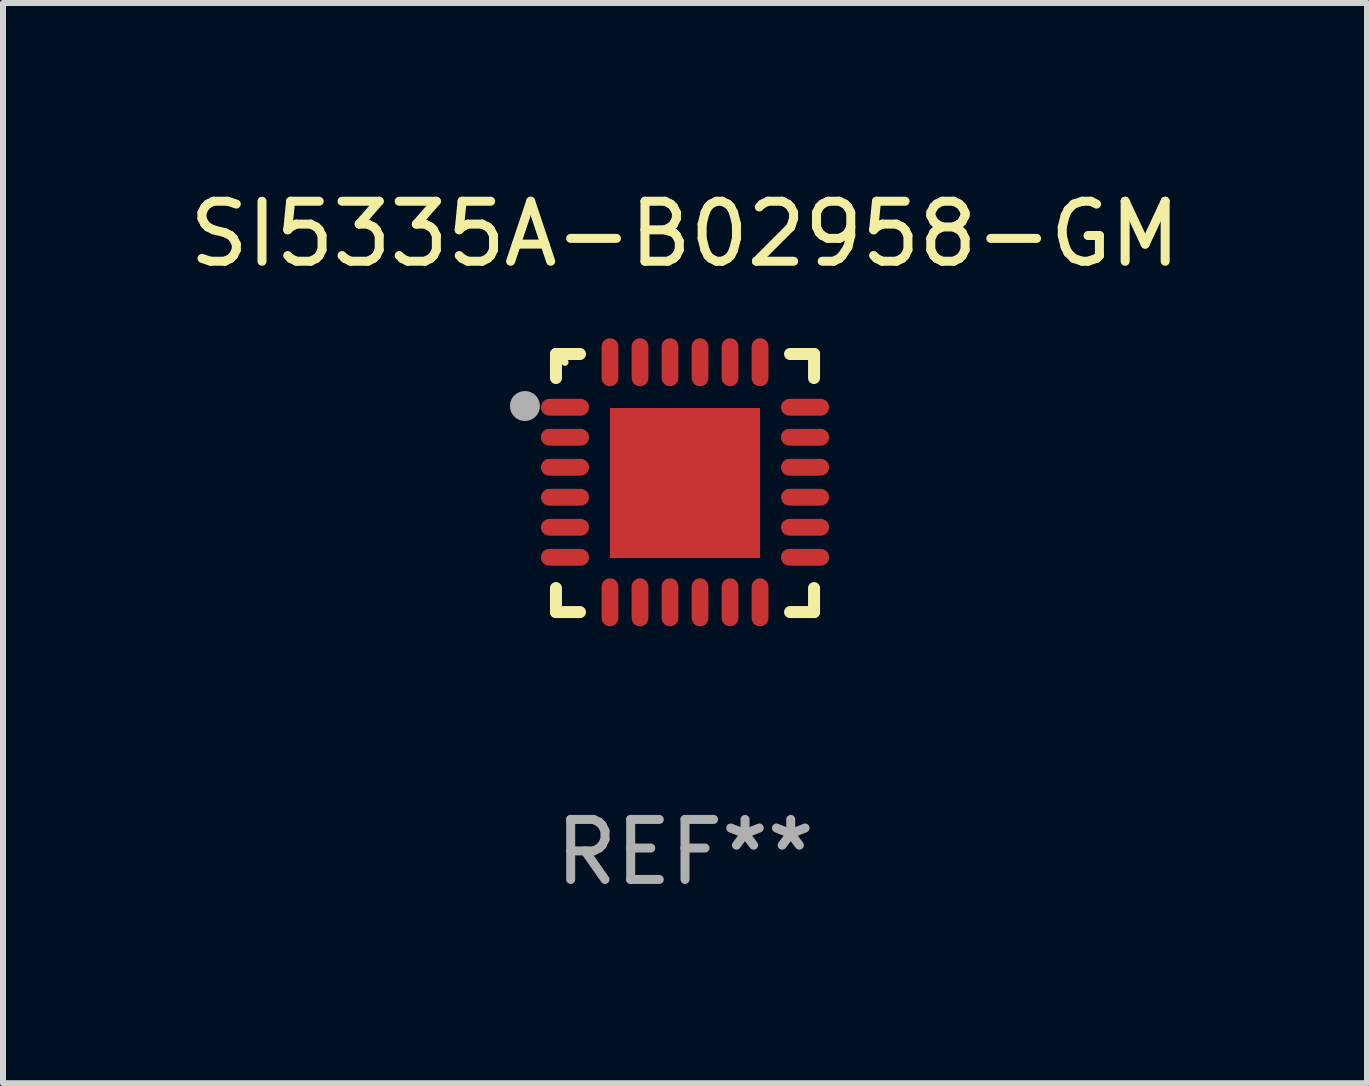
<source format=kicad_pcb>
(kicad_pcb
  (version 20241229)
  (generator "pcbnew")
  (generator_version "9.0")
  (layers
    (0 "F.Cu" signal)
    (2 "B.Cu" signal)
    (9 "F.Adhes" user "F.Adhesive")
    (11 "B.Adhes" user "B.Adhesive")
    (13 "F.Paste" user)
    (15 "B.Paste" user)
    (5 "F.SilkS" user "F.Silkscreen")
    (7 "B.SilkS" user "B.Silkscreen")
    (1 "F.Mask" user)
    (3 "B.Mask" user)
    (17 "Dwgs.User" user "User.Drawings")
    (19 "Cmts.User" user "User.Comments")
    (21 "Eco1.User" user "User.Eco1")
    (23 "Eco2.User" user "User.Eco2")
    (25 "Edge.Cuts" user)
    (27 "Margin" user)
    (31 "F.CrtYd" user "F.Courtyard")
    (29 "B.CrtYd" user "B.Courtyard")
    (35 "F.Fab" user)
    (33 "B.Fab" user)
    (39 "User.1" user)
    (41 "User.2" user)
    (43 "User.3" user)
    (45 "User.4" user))
  (footprint "SI5335A-B02958-GM"
    (layer "F.Cu")
    (at 8.363 4.998)
    (property "Reference" "SI5335A-B02958-GM" (at 0 -4.15 0) (layer "F.SilkS") (effects (font (size 1 1) (thickness 0.15))))
    (attr through_hole)
    (fp_line (start -2.15 -2.15) (end -1.75 -2.15) (stroke (width 0.2) (type solid)) (layer "F.SilkS"))
    (fp_line (start -2.15 -1.75) (end -2.15 -2.15) (stroke (width 0.2) (type solid)) (layer "F.SilkS"))
    (fp_line (start -2.15 2.15) (end -2.15 1.75) (stroke (width 0.2) (type solid)) (layer "F.SilkS"))
    (fp_line (start -1.75 2.15) (end -2.15 2.15) (stroke (width 0.2) (type solid)) (layer "F.SilkS"))
    (fp_line (start 1.75 -2.15) (end 2.15 -2.15) (stroke (width 0.2) (type solid)) (layer "F.SilkS"))
    (fp_line (start 1.75 2.15) (end 2.15 2.15) (stroke (width 0.2) (type solid)) (layer "F.SilkS"))
    (fp_line (start 2.15 -2.15) (end 2.15 -1.75) (stroke (width 0.2) (type solid)) (layer "F.SilkS"))
    (fp_line (start 2.15 2.15) (end 2.15 1.75) (stroke (width 0.2) (type solid)) (layer "F.SilkS"))
    (fp_circle (center -2 -2.013) (end -1.97 -2.013) (stroke (width 0.06) (type solid)) (fill no) (layer "F.SilkS"))
    (fp_circle (center -2.667 -1.283) (end -2.542 -1.283) (stroke (width 0.25) (type solid)) (fill no) (layer "F.Fab"))
    (fp_text user "REF**" (at 0 6.15 0) (layer "F.Fab") (effects (font (size 1 1) (thickness 0.15))))
    (pad "1" smd oval (at -2 -1.263) (size 0.8 0.28) (layers "F.Cu" "F.Mask" "F.Paste"))
    (pad "2" smd oval (at -2 -0.763) (size 0.8 0.28) (layers "F.Cu" "F.Mask" "F.Paste"))
    (pad "3" smd oval (at -2 -0.263) (size 0.8 0.28) (layers "F.Cu" "F.Mask" "F.Paste"))
    (pad "4" smd oval (at -2 0.237) (size 0.8 0.28) (layers "F.Cu" "F.Mask" "F.Paste"))
    (pad "5" smd oval (at -2 0.737) (size 0.8 0.28) (layers "F.Cu" "F.Mask" "F.Paste"))
    (pad "6" smd oval (at -2 1.237) (size 0.8 0.28) (layers "F.Cu" "F.Mask" "F.Paste"))
    (pad "7" smd oval (at -1.25 1.987) (size 0.28 0.8) (layers "F.Cu" "F.Mask" "F.Paste"))
    (pad "8" smd oval (at -0.75 1.987) (size 0.28 0.8) (layers "F.Cu" "F.Mask" "F.Paste"))
    (pad "9" smd oval (at -0.25 1.987) (size 0.28 0.8) (layers "F.Cu" "F.Mask" "F.Paste"))
    (pad "10" smd oval (at 0.25 1.987) (size 0.28 0.8) (layers "F.Cu" "F.Mask" "F.Paste"))
    (pad "11" smd oval (at 0.75 1.987) (size 0.28 0.8) (layers "F.Cu" "F.Mask" "F.Paste"))
    (pad "12" smd oval (at 1.25 1.987) (size 0.28 0.8) (layers "F.Cu" "F.Mask" "F.Paste"))
    (pad "13" smd oval (at 2 1.237) (size 0.8 0.28) (layers "F.Cu" "F.Mask" "F.Paste"))
    (pad "14" smd oval (at 2 0.737) (size 0.8 0.28) (layers "F.Cu" "F.Mask" "F.Paste"))
    (pad "15" smd oval (at 2 0.237) (size 0.8 0.28) (layers "F.Cu" "F.Mask" "F.Paste"))
    (pad "16" smd oval (at 2 -0.263) (size 0.8 0.28) (layers "F.Cu" "F.Mask" "F.Paste"))
    (pad "17" smd oval (at 2 -0.763) (size 0.8 0.28) (layers "F.Cu" "F.Mask" "F.Paste"))
    (pad "18" smd oval (at 2 -1.263) (size 0.8 0.28) (layers "F.Cu" "F.Mask" "F.Paste"))
    (pad "19" smd oval (at 1.25 -2.013) (size 0.28 0.8) (layers "F.Cu" "F.Mask" "F.Paste"))
    (pad "20" smd oval (at 0.75 -2.013) (size 0.28 0.8) (layers "F.Cu" "F.Mask" "F.Paste"))
    (pad "21" smd oval (at 0.25 -2.013) (size 0.28 0.8) (layers "F.Cu" "F.Mask" "F.Paste"))
    (pad "22" smd oval (at -0.25 -2.013) (size 0.28 0.8) (layers "F.Cu" "F.Mask" "F.Paste"))
    (pad "23" smd oval (at -0.75 -2.013) (size 0.28 0.8) (layers "F.Cu" "F.Mask" "F.Paste"))
    (pad "24" smd oval (at -1.25 -2.013) (size 0.28 0.8) (layers "F.Cu" "F.Mask" "F.Paste"))
    (pad "25" smd rect (at -0.000127 -0.00014) (size 2.5 2.5) (layers "F.Cu" "F.Mask" "F.Paste")))
  (gr_rect
    (start -3 -3)
    (end 19.726 14.997)
    (stroke (width 0.1) (type default))
    (fill no)
    (layer "Edge.Cuts")))
</source>
